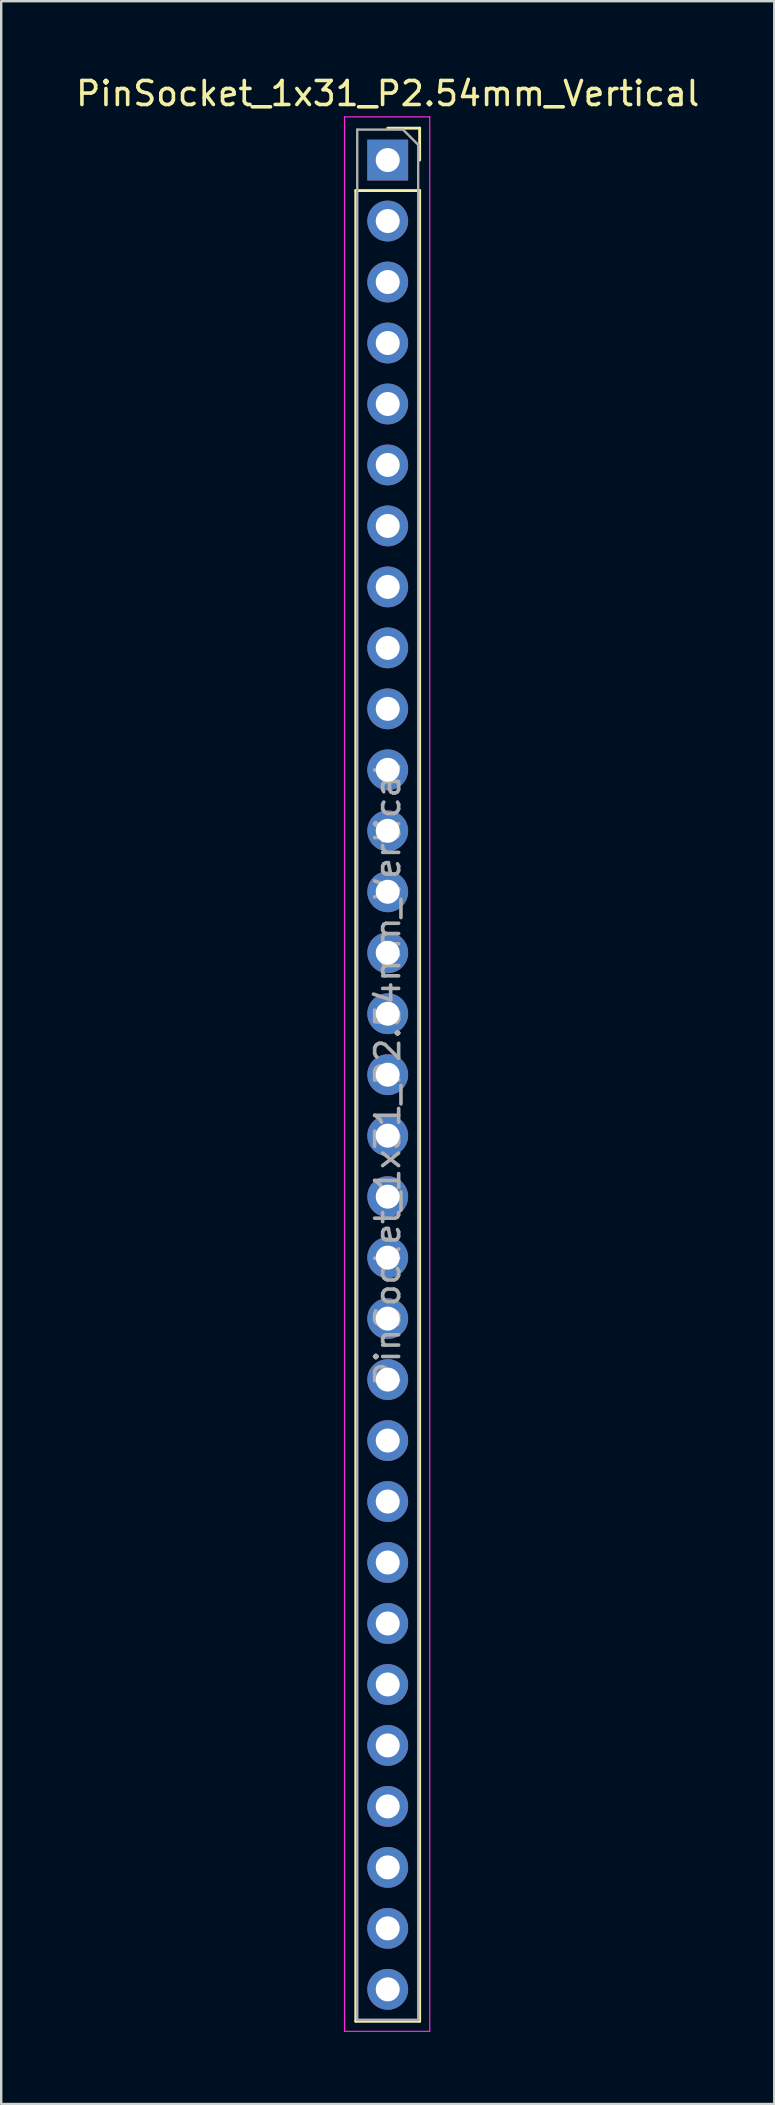
<source format=kicad_pcb>
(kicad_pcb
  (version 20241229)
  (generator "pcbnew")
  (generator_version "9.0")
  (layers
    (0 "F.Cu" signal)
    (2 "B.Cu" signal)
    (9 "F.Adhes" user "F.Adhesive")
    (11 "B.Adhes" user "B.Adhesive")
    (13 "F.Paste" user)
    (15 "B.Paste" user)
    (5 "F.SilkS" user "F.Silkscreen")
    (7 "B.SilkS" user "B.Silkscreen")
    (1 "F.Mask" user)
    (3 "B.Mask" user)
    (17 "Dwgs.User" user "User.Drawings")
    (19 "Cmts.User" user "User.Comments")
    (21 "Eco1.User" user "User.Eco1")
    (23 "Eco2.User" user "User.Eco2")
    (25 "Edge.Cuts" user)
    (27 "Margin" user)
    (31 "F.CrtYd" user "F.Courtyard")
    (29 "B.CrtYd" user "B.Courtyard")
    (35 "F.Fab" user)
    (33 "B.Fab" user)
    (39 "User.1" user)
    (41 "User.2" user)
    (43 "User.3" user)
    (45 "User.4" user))
  (footprint "PinSocket_1x31_P2.54mm_Vertical"
    (layer "F.Cu")
    (at 13.101 3.618)
    (property "Reference" "PinSocket_1x31_P2.54mm_Vertical" (at 0 -2.77 0) (layer "F.SilkS") (effects (font (size 1 1) (thickness 0.15))))
    (attr through_hole)
    (fp_line (start -1.33 1.27) (end -1.33 77.53) (stroke (width 0.12) (type solid)) (layer "F.SilkS"))
    (fp_line (start -1.33 1.27) (end 1.33 1.27) (stroke (width 0.12) (type solid)) (layer "F.SilkS"))
    (fp_line (start -1.33 77.53) (end 1.33 77.53) (stroke (width 0.12) (type solid)) (layer "F.SilkS"))
    (fp_line (start 0 -1.33) (end 1.33 -1.33) (stroke (width 0.12) (type solid)) (layer "F.SilkS"))
    (fp_line (start 1.33 -1.33) (end 1.33 0) (stroke (width 0.12) (type solid)) (layer "F.SilkS"))
    (fp_line (start 1.33 1.27) (end 1.33 77.53) (stroke (width 0.12) (type solid)) (layer "F.SilkS"))
    (fp_line (start -1.8 -1.8) (end 1.75 -1.8) (stroke (width 0.05) (type solid)) (layer "F.CrtYd"))
    (fp_line (start -1.8 77.95) (end -1.8 -1.8) (stroke (width 0.05) (type solid)) (layer "F.CrtYd"))
    (fp_line (start 1.75 -1.8) (end 1.75 77.95) (stroke (width 0.05) (type solid)) (layer "F.CrtYd"))
    (fp_line (start 1.75 77.95) (end -1.8 77.95) (stroke (width 0.05) (type solid)) (layer "F.CrtYd"))
    (fp_line (start -1.27 -1.27) (end 0.635 -1.27) (stroke (width 0.1) (type solid)) (layer "F.Fab"))
    (fp_line (start -1.27 77.47) (end -1.27 -1.27) (stroke (width 0.1) (type solid)) (layer "F.Fab"))
    (fp_line (start 0.635 -1.27) (end 1.27 -0.635) (stroke (width 0.1) (type solid)) (layer "F.Fab"))
    (fp_line (start 1.27 -0.635) (end 1.27 77.47) (stroke (width 0.1) (type solid)) (layer "F.Fab"))
    (fp_line (start 1.27 77.47) (end -1.27 77.47) (stroke (width 0.1) (type solid)) (layer "F.Fab"))
    (fp_text user "${REFERENCE}" (at 0 38.1 90) (layer "F.Fab") (effects (font (size 1 1) (thickness 0.15))))
    (pad "1" thru_hole rect (at 0 0) (size 1.7 1.7) (drill 1) (layers "*.Cu" "*.Mask"))
    (pad "2" thru_hole circle (at 0 2.54) (size 1.7 1.7) (drill 1) (layers "*.Cu" "*.Mask"))
    (pad "3" thru_hole circle (at 0 5.08) (size 1.7 1.7) (drill 1) (layers "*.Cu" "*.Mask"))
    (pad "4" thru_hole circle (at 0 7.62) (size 1.7 1.7) (drill 1) (layers "*.Cu" "*.Mask"))
    (pad "5" thru_hole circle (at 0 10.16) (size 1.7 1.7) (drill 1) (layers "*.Cu" "*.Mask"))
    (pad "6" thru_hole circle (at 0 12.7) (size 1.7 1.7) (drill 1) (layers "*.Cu" "*.Mask"))
    (pad "7" thru_hole circle (at 0 15.24) (size 1.7 1.7) (drill 1) (layers "*.Cu" "*.Mask"))
    (pad "8" thru_hole circle (at 0 17.78) (size 1.7 1.7) (drill 1) (layers "*.Cu" "*.Mask"))
    (pad "9" thru_hole circle (at 0 20.32) (size 1.7 1.7) (drill 1) (layers "*.Cu" "*.Mask"))
    (pad "10" thru_hole circle (at 0 22.86) (size 1.7 1.7) (drill 1) (layers "*.Cu" "*.Mask"))
    (pad "11" thru_hole circle (at 0 25.4) (size 1.7 1.7) (drill 1) (layers "*.Cu" "*.Mask"))
    (pad "12" thru_hole circle (at 0 27.94) (size 1.7 1.7) (drill 1) (layers "*.Cu" "*.Mask"))
    (pad "13" thru_hole circle (at 0 30.48) (size 1.7 1.7) (drill 1) (layers "*.Cu" "*.Mask"))
    (pad "14" thru_hole circle (at 0 33.02) (size 1.7 1.7) (drill 1) (layers "*.Cu" "*.Mask"))
    (pad "15" thru_hole circle (at 0 35.56) (size 1.7 1.7) (drill 1) (layers "*.Cu" "*.Mask"))
    (pad "16" thru_hole circle (at 0 38.1) (size 1.7 1.7) (drill 1) (layers "*.Cu" "*.Mask"))
    (pad "17" thru_hole circle (at 0 40.64) (size 1.7 1.7) (drill 1) (layers "*.Cu" "*.Mask"))
    (pad "18" thru_hole circle (at 0 43.18) (size 1.7 1.7) (drill 1) (layers "*.Cu" "*.Mask"))
    (pad "19" thru_hole circle (at 0 45.72) (size 1.7 1.7) (drill 1) (layers "*.Cu" "*.Mask"))
    (pad "20" thru_hole circle (at 0 48.26) (size 1.7 1.7) (drill 1) (layers "*.Cu" "*.Mask"))
    (pad "21" thru_hole circle (at 0 50.8) (size 1.7 1.7) (drill 1) (layers "*.Cu" "*.Mask"))
    (pad "22" thru_hole circle (at 0 53.34) (size 1.7 1.7) (drill 1) (layers "*.Cu" "*.Mask"))
    (pad "23" thru_hole circle (at 0 55.88) (size 1.7 1.7) (drill 1) (layers "*.Cu" "*.Mask"))
    (pad "24" thru_hole circle (at 0 58.42) (size 1.7 1.7) (drill 1) (layers "*.Cu" "*.Mask"))
    (pad "25" thru_hole circle (at 0 60.96) (size 1.7 1.7) (drill 1) (layers "*.Cu" "*.Mask"))
    (pad "26" thru_hole circle (at 0 63.5) (size 1.7 1.7) (drill 1) (layers "*.Cu" "*.Mask"))
    (pad "27" thru_hole circle (at 0 66.04) (size 1.7 1.7) (drill 1) (layers "*.Cu" "*.Mask"))
    (pad "28" thru_hole circle (at 0 68.58) (size 1.7 1.7) (drill 1) (layers "*.Cu" "*.Mask"))
    (pad "29" thru_hole circle (at 0 71.12) (size 1.7 1.7) (drill 1) (layers "*.Cu" "*.Mask"))
    (pad "30" thru_hole circle (at 0 73.66) (size 1.7 1.7) (drill 1) (layers "*.Cu" "*.Mask"))
    (pad "31" thru_hole circle (at 0 76.2) (size 1.7 1.7) (drill 1) (layers "*.Cu" "*.Mask")))
  (gr_rect
    (start -3 -3)
    (end 29.202 84.593)
    (stroke (width 0.1) (type default))
    (fill no)
    (layer "Edge.Cuts")))
</source>
